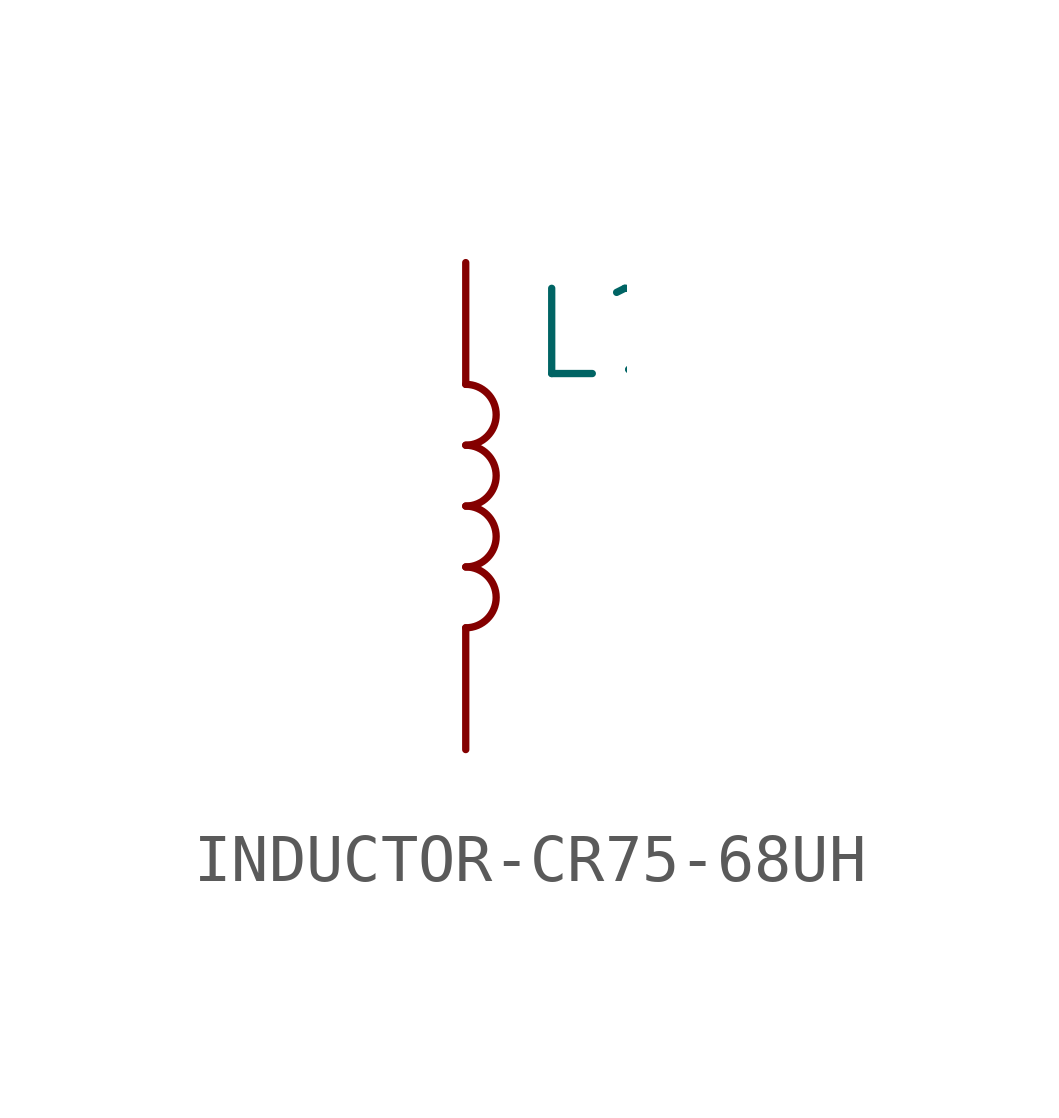
<source format=kicad_sym>
(kicad_symbol_lib
  (version 20220914)
  (generator kicad_symbol_editor)
  (symbol "INDUCTOR-CR75-68UH"
    (property "Reference" "L"
      (at 1.27 2.54 0)
      (effects (font (size 1.778 1.778)) (justify left bottom)))
    (property "Value" ""
      (at 1.27 -2.54 0)
      (effects (font (size 1.778 1.778)) (justify left top)))
    (property "ki_locked" ""
      (at 0 0 0)
      (effects (font (size 1.27 1.27))))
    (symbol "INDUCTOR-CR75-68UH_1_0"
      (arc (start 0 -2.54) (mid 0.6323 -1.905) (end 0 -1.27) (stroke (width 0.1524) (type solid)) (fill (type none)))
      (arc (start 0 -1.27) (mid 0.6323 -0.635) (end 0 0) (stroke (width 0.1524) (type solid)) (fill (type none)))
      (arc (start 0 0) (mid 0.6323 0.635) (end 0 1.27) (stroke (width 0.1524) (type solid)) (fill (type none)))
      (arc (start 0 1.27) (mid 0.6323 1.905) (end 0 2.54) (stroke (width 0.1524) (type solid)) (fill (type none)))
      (pin passive line (at 0 5.08 270) (length 2.54) (name "1" (effects (font (size 0 0)))) (number "P$1" (effects (font (size 0 0)))))
      (pin passive line (at 0 -5.08 90) (length 2.54) (name "2" (effects (font (size 0 0)))) (number "P$2" (effects (font (size 0 0))))))))
</source>
